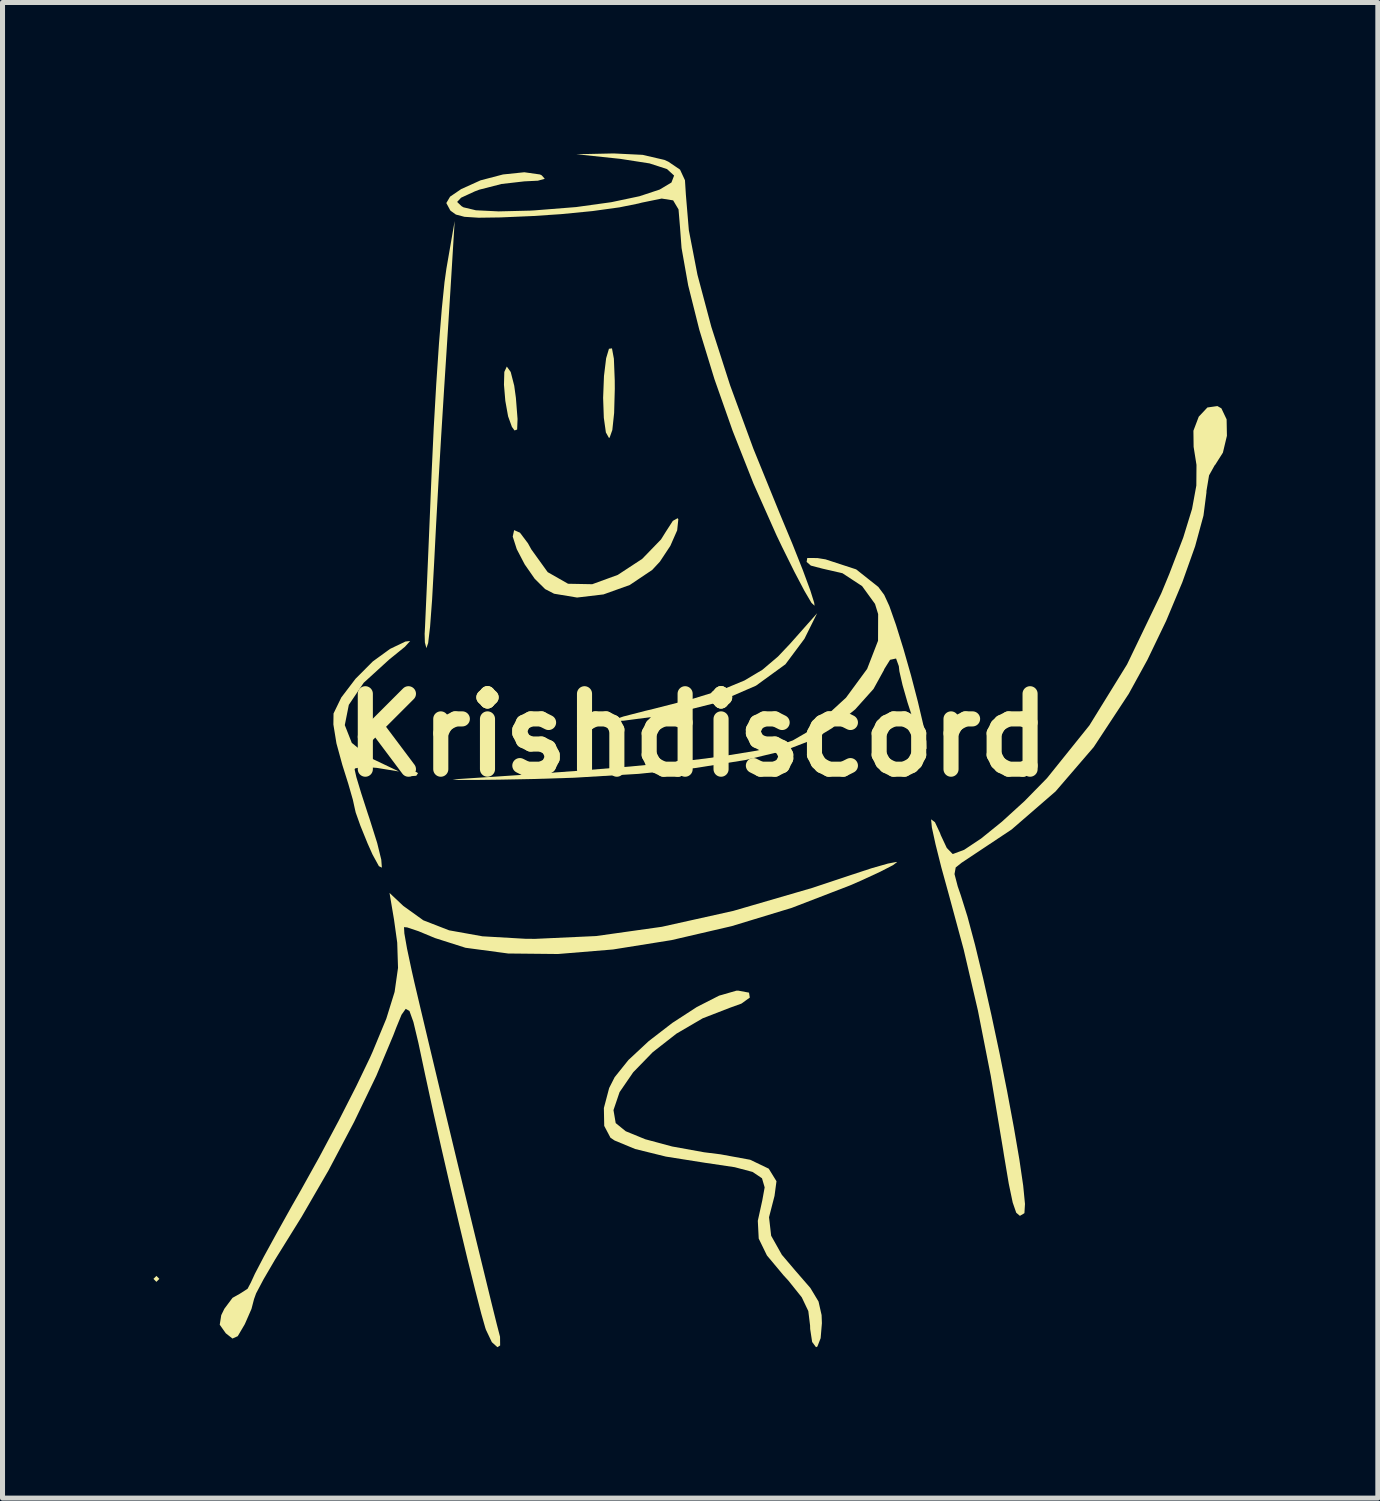
<source format=kicad_pcb>
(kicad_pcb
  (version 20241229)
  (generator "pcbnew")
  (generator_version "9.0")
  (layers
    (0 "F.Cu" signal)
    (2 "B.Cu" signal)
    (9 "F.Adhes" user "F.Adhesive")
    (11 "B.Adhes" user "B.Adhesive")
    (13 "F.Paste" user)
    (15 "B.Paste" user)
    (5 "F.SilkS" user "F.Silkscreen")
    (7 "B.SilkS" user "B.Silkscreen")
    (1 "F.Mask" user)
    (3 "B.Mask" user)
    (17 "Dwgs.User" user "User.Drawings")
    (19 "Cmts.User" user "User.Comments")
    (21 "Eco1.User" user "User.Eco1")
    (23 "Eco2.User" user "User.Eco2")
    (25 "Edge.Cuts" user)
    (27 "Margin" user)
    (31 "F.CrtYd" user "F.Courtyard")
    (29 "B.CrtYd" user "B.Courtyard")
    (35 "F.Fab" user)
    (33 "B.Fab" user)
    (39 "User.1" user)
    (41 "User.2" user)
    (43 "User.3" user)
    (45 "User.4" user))
  (footprint "Krishdiscord"
    (layer "F.Cu")
    (at 10.819 11.562)
    (property "Reference" "Krishdiscord" (at 0 0 0) (layer "F.SilkS") (effects (font (size 1.5 1.5) (thickness 0.3))))
    (attr board_only exclude_from_pos_files exclude_from_bom)
    (fp_poly (pts (xy -10.701 10.81) (xy -10.76 10.869) (xy -10.819 10.81) (xy -10.76 10.751)) (stroke (width 0) (type solid)) (fill yes) (layer "F.SilkS"))
    (fp_poly (pts (xy -5.559 0.756) (xy -5.594 0.809) (xy -5.713 0.818) (xy -5.839 0.789) (xy -5.784 0.746) (xy -5.6 0.732)) (stroke (width 0) (type solid)) (fill yes) (layer "F.SilkS"))
    (fp_poly (pts (xy -3.717 -7.218) (xy -3.647 -6.945) (xy -3.614 -6.704) (xy -3.581 -6.283) (xy -3.589 -6.074) (xy -3.641 -6.055) (xy -3.693 -6.126) (xy -3.769 -6.336) (xy -3.824 -6.643) (xy -3.851 -6.964) (xy -3.844 -7.219) (xy -3.795 -7.325) (xy -3.794 -7.325)) (stroke (width 0) (type solid)) (fill yes) (layer "F.SilkS"))
    (fp_poly (pts (xy -1.666 -7.481) (xy -1.649 -7.052) (xy -1.648 -6.882) (xy -1.661 -6.402) (xy -1.697 -6.064) (xy -1.751 -5.912) (xy -1.764 -5.907) (xy -1.825 -6.016) (xy -1.866 -6.307) (xy -1.88 -6.704) (xy -1.863 -7.138) (xy -1.82 -7.491) (xy -1.764 -7.679) (xy -1.704 -7.687)) (stroke (width 0) (type solid)) (fill yes) (layer "F.SilkS"))
    (fp_poly (pts (xy 2.122 -1.914) (xy 1.744 -1.407) (xy 1.159 -0.982) (xy 0.384 -0.646) (xy -0.564 -0.406) (xy -1.47 -0.286) (xy -1.674 -0.277) (xy -1.677 -0.304) (xy -1.471 -0.371) (xy -1.045 -0.481) (xy -0.882 -0.52) (xy -0.108 -0.718) (xy 0.48 -0.899) (xy 0.929 -1.085) (xy 1.286 -1.298) (xy 1.596 -1.561) (xy 1.837 -1.816) (xy 2.374 -2.422)) (stroke (width 0) (type solid)) (fill yes) (layer "F.SilkS"))
    (fp_poly (pts (xy -0.385 -4.291) (xy -0.408 -4.07) (xy -0.544 -3.761) (xy -0.751 -3.448) (xy -0.904 -3.283) (xy -1.351 -2.983) (xy -1.873 -2.796) (xy -2.398 -2.734) (xy -2.855 -2.81) (xy -3.033 -2.902) (xy -3.239 -3.106) (xy -3.439 -3.393) (xy -3.597 -3.696) (xy -3.677 -3.946) (xy -3.649 -4.074) (xy -3.533 -4.023) (xy -3.374 -3.812) (xy -3.308 -3.692) (xy -2.982 -3.239) (xy -2.577 -3.008) (xy -2.097 -2.999) (xy -2.096 -2.999) (xy -1.589 -3.184) (xy -1.104 -3.502) (xy -0.729 -3.889) (xy -0.631 -4.046) (xy -0.494 -4.258) (xy -0.399 -4.311)) (stroke (width 0) (type solid)) (fill yes) (layer "F.SilkS"))
    (fp_poly (pts (xy -4.885 -9.333) (xy -4.913 -8.877) (xy -4.952 -8.26) (xy -4.997 -7.559) (xy -5.043 -6.848) (xy -5.05 -6.734) (xy -5.1 -5.931) (xy -5.153 -5.031) (xy -5.202 -4.146) (xy -5.239 -3.426) (xy -5.28 -2.686) (xy -5.32 -2.151) (xy -5.358 -1.829) (xy -5.393 -1.728) (xy -5.423 -1.841) (xy -5.428 -2.021) (xy -5.427 -2.025) (xy -5.42 -2.159) (xy -5.405 -2.497) (xy -5.382 -3.007) (xy -5.354 -3.659) (xy -5.322 -4.419) (xy -5.289 -5.215) (xy -5.247 -6.109) (xy -5.197 -6.98) (xy -5.143 -7.782) (xy -5.087 -8.471) (xy -5.033 -9.002) (xy -4.995 -9.274) (xy -4.831 -10.219)) (stroke (width 0) (type solid)) (fill yes) (layer "F.SilkS"))
    (fp_poly (pts (xy -5.82 -1.755) (xy -6.121 -1.511) (xy -6.129 -1.505) (xy -6.639 -1.04) (xy -6.935 -0.601) (xy -7.015 -0.198) (xy -6.876 0.155) (xy -6.518 0.445) (xy -6.434 0.488) (xy -5.938 0.724) (xy -6.379 0.652) (xy -6.661 0.63) (xy -6.812 0.664) (xy -6.82 0.683) (xy -6.785 0.837) (xy -6.69 1.152) (xy -6.556 1.566) (xy -6.525 1.658) (xy -6.371 2.146) (xy -6.29 2.476) (xy -6.278 2.635) (xy -6.337 2.606) (xy -6.464 2.374) (xy -6.562 2.154) (xy -6.705 1.802) (xy -6.799 1.537) (xy -6.82 1.445) (xy -6.855 1.285) (xy -6.945 0.971) (xy -7.064 0.593) (xy -7.181 0.165) (xy -7.242 -0.211) (xy -7.239 -0.429) (xy -7.085 -0.747) (xy -6.802 -1.119) (xy -6.457 -1.465) (xy -6.118 -1.711) (xy -6.103 -1.719) (xy -5.811 -1.859) (xy -5.716 -1.87)) (stroke (width 0) (type solid)) (fill yes) (layer "F.SilkS"))
    (fp_poly (pts (xy 2.379 -3.519) (xy 2.541 -3.493) (xy 3.15 -3.294) (xy 3.59 -2.945) (xy 3.707 -2.788) (xy 3.809 -2.567) (xy 3.942 -2.189) (xy 4.091 -1.71) (xy 4.241 -1.184) (xy 4.376 -0.666) (xy 4.483 -0.212) (xy 4.545 0.123) (xy 4.549 0.279) (xy 4.499 0.239) (xy 4.406 0.032) (xy 4.29 -0.283) (xy 4.172 -0.645) (xy 4.072 -0.994) (xy 4.009 -1.269) (xy 3.998 -1.371) (xy 3.943 -1.522) (xy 3.824 -1.496) (xy 3.709 -1.312) (xy 3.702 -1.292) (xy 3.495 -0.917) (xy 3.132 -0.512) (xy 2.673 -0.139) (xy 2.304 0.085) (xy 1.729 0.307) (xy 0.943 0.497) (xy -0.032 0.653) (xy -1.174 0.771) (xy -2.461 0.848) (xy -3.293 0.874) (xy -3.923 0.886) (xy -4.41 0.892) (xy -4.734 0.892) (xy -4.871 0.887) (xy -4.798 0.877) (xy -4.763 0.874) (xy -3.42 0.786) (xy -2.286 0.703) (xy -1.331 0.624) (xy -0.529 0.546) (xy 0.148 0.467) (xy 0.588 0.405) (xy 1.172 0.31) (xy 1.586 0.217) (xy 1.891 0.106) (xy 2.152 -0.045) (xy 2.333 -0.179) (xy 2.948 -0.743) (xy 3.368 -1.315) (xy 3.585 -1.875) (xy 3.587 -2.405) (xy 3.525 -2.607) (xy 3.268 -2.961) (xy 2.878 -3.217) (xy 2.482 -3.308) (xy 2.249 -3.369) (xy 2.165 -3.442) (xy 2.178 -3.52)) (stroke (width 0) (type solid)) (fill yes) (layer "F.SilkS"))
    (fp_poly (pts (xy 1.02 5.12) (xy 1.036 5.218) (xy 0.869 5.338) (xy 0.639 5.421) (xy 0.1 5.63) (xy -0.422 5.935) (xy -0.894 6.304) (xy -1.282 6.703) (xy -1.553 7.098) (xy -1.674 7.455) (xy -1.63 7.713) (xy -1.431 7.875) (xy -1.043 8.034) (xy -0.508 8.178) (xy 0.127 8.293) (xy 0.454 8.334) (xy 1.043 8.442) (xy 1.412 8.619) (xy 1.566 8.869) (xy 1.527 9.161) (xy 1.418 9.584) (xy 1.46 9.952) (xy 1.673 10.331) (xy 1.94 10.645) (xy 2.24 10.991) (xy 2.402 11.26) (xy 2.463 11.53) (xy 2.469 11.691) (xy 2.444 11.989) (xy 2.379 12.155) (xy 2.352 12.168) (xy 2.275 12.064) (xy 2.236 11.807) (xy 2.234 11.738) (xy 2.199 11.45) (xy 2.069 11.177) (xy 1.804 10.846) (xy 1.705 10.738) (xy 1.376 10.344) (xy 1.213 10.009) (xy 1.195 9.655) (xy 1.284 9.25) (xy 1.331 8.991) (xy 1.278 8.81) (xy 1.091 8.684) (xy 0.736 8.59) (xy 0.18 8.507) (xy 0.163 8.505) (xy -0.632 8.379) (xy -1.244 8.228) (xy -1.652 8.059) (xy -1.734 8.004) (xy -1.858 7.769) (xy -1.865 7.414) (xy -1.76 7.016) (xy -1.651 6.801) (xy -1.376 6.458) (xy -0.974 6.084) (xy -0.503 5.721) (xy -0.018 5.406) (xy 0.425 5.18) (xy 0.769 5.081) (xy 0.804 5.08)) (stroke (width 0) (type solid)) (fill yes) (layer "F.SilkS"))
    (fp_poly (pts (xy 10.41 -6.495) (xy 10.514 -6.276) (xy 10.52 -5.949) (xy 10.44 -5.614) (xy 10.286 -5.371) (xy 10.276 -5.362) (xy 10.165 -5.162) (xy 10.113 -4.851) (xy 10.113 -4.822) (xy 10.054 -4.363) (xy 9.888 -3.753) (xy 9.634 -3.039) (xy 9.312 -2.27) (xy 8.939 -1.495) (xy 8.569 -0.821) (xy 7.872 0.239) (xy 7.114 1.12) (xy 6.24 1.877) (xy 5.243 2.54) (xy 5.129 2.631) (xy 5.105 2.763) (xy 5.169 3.008) (xy 5.231 3.188) (xy 5.363 3.609) (xy 5.513 4.17) (xy 5.674 4.835) (xy 5.839 5.567) (xy 6.001 6.329) (xy 6.152 7.086) (xy 6.285 7.8) (xy 6.394 8.435) (xy 6.47 8.954) (xy 6.506 9.321) (xy 6.495 9.5) (xy 6.49 9.507) (xy 6.405 9.557) (xy 6.332 9.495) (xy 6.262 9.293) (xy 6.184 8.921) (xy 6.088 8.349) (xy 6.071 8.24) (xy 5.826 6.776) (xy 5.57 5.475) (xy 5.287 4.261) (xy 4.994 3.178) (xy 4.843 2.63) (xy 4.727 2.168) (xy 4.655 1.837) (xy 4.64 1.681) (xy 4.642 1.676) (xy 4.716 1.732) (xy 4.817 1.947) (xy 4.832 1.989) (xy 4.951 2.243) (xy 5.066 2.362) (xy 5.076 2.363) (xy 5.296 2.281) (xy 5.633 2.057) (xy 6.046 1.723) (xy 6.495 1.314) (xy 6.938 0.862) (xy 6.951 0.847) (xy 7.786 -0.192) (xy 8.535 -1.405) (xy 9.215 -2.818) (xy 9.374 -3.202) (xy 9.652 -3.927) (xy 9.827 -4.496) (xy 9.912 -4.96) (xy 9.915 -5.371) (xy 9.858 -5.73) (xy 9.854 -6.05) (xy 9.96 -6.329) (xy 10.132 -6.512) (xy 10.331 -6.54)) (stroke (width 0) (type solid)) (fill yes) (layer "F.SilkS"))
    (fp_poly (pts (xy -1.096 -11.534) (xy -0.66 -11.433) (xy -0.582 -11.397) (xy -0.351 -11.24) (xy -0.253 -11.029) (xy -0.235 -10.743) (xy -0.176 -10.036) (xy -0.005 -9.151) (xy 0.271 -8.115) (xy 0.644 -6.954) (xy 1.107 -5.692) (xy 1.638 -4.387) (xy 1.884 -3.797) (xy 2.089 -3.281) (xy 2.238 -2.878) (xy 2.316 -2.629) (xy 2.323 -2.571) (xy 2.262 -2.628) (xy 2.122 -2.866) (xy 1.92 -3.25) (xy 1.675 -3.745) (xy 1.566 -3.973) (xy 1.111 -4.995) (xy 0.696 -6.044) (xy 0.332 -7.078) (xy 0.032 -8.057) (xy -0.189 -8.939) (xy -0.321 -9.683) (xy -0.352 -10.101) (xy -0.381 -10.449) (xy -0.488 -10.629) (xy -0.716 -10.665) (xy -1.111 -10.584) (xy -1.18 -10.566) (xy -1.557 -10.49) (xy -2.094 -10.416) (xy -2.717 -10.355) (xy -3.294 -10.317) (xy -3.921 -10.29) (xy -4.354 -10.284) (xy -4.636 -10.302) (xy -4.807 -10.347) (xy -4.91 -10.421) (xy -4.921 -10.434) (xy -4.997 -10.576) (xy -4.922 -10.703) (xy -4.702 -10.853) (xy -4.317 -11.027) (xy -3.87 -11.144) (xy -3.447 -11.188) (xy -3.136 -11.144) (xy -3.101 -11.127) (xy -3.04 -11.058) (xy -3.177 -11.02) (xy -3.445 -11.007) (xy -3.898 -10.955) (xy -4.343 -10.841) (xy -4.432 -10.807) (xy -4.703 -10.682) (xy -4.782 -10.598) (xy -4.696 -10.515) (xy -4.656 -10.491) (xy -4.409 -10.432) (xy -3.958 -10.41) (xy -3.333 -10.425) (xy -3.245 -10.43) (xy -2.416 -10.496) (xy -1.716 -10.593) (xy -1.158 -10.711) (xy -0.756 -10.844) (xy -0.522 -10.984) (xy -0.469 -11.122) (xy -0.61 -11.251) (xy -0.958 -11.364) (xy -1.525 -11.452) (xy -1.546 -11.455) (xy -2.411 -11.546) (xy -1.67 -11.562)) (stroke (width 0) (type solid)) (fill yes) (layer "F.SilkS"))
    (fp_poly (pts (xy 3.963 2.525) (xy 3.882 2.586) (xy 3.63 2.716) (xy 3.252 2.891) (xy 3.032 2.987) (xy 1.872 3.434) (xy 0.676 3.798) (xy -0.521 4.076) (xy -1.684 4.262) (xy -2.778 4.352) (xy -3.767 4.342) (xy -4.616 4.228) (xy -5.222 4.035) (xy -5.549 3.899) (xy -5.776 3.823) (xy -5.838 3.818) (xy -5.831 3.943) (xy -5.778 4.244) (xy -5.688 4.668) (xy -5.633 4.912) (xy -5.506 5.45) (xy -5.349 6.111) (xy -5.17 6.861) (xy -4.977 7.666) (xy -4.779 8.491) (xy -4.583 9.301) (xy -4.398 10.063) (xy -4.232 10.742) (xy -4.095 11.304) (xy -3.993 11.714) (xy -3.935 11.938) (xy -3.929 11.962) (xy -3.927 12.133) (xy -3.981 12.168) (xy -4.092 12.068) (xy -4.209 11.822) (xy -4.222 11.784) (xy -4.303 11.499) (xy -4.424 11.028) (xy -4.576 10.418) (xy -4.745 9.712) (xy -4.923 8.957) (xy -5.098 8.197) (xy -5.26 7.479) (xy -5.397 6.847) (xy -5.419 6.746) (xy -5.552 6.119) (xy -5.651 5.704) (xy -5.73 5.484) (xy -5.804 5.442) (xy -5.887 5.559) (xy -5.993 5.817) (xy -6.05 5.966) (xy -6.388 6.772) (xy -6.831 7.692) (xy -7.338 8.652) (xy -7.873 9.576) (xy -8.117 9.969) (xy -8.401 10.426) (xy -8.63 10.818) (xy -8.778 11.098) (xy -8.819 11.211) (xy -8.87 11.407) (xy -8.994 11.691) (xy -9.006 11.716) (xy -9.143 11.949) (xy -9.248 11.996) (xy -9.381 11.891) (xy -9.501 11.721) (xy -9.471 11.531) (xy -9.409 11.404) (xy -9.247 11.187) (xy -9.101 11.105) (xy -8.948 11.007) (xy -8.883 10.884) (xy -8.802 10.708) (xy -8.625 10.369) (xy -8.373 9.909) (xy -8.071 9.367) (xy -7.895 9.059) (xy -7.521 8.387) (xy -7.139 7.67) (xy -6.79 6.985) (xy -6.513 6.409) (xy -6.463 6.297) (xy -6.19 5.638) (xy -6.025 5.106) (xy -5.957 4.627) (xy -5.973 4.125) (xy -6.037 3.666) (xy -6.126 3.138) (xy -5.852 3.396) (xy -5.454 3.682) (xy -4.942 3.881) (xy -4.279 4) (xy -3.432 4.049) (xy -3.234 4.051) (xy -2.018 3.995) (xy -0.713 3.811) (xy 0.707 3.495) (xy 2.271 3.04) (xy 3.048 2.781) (xy 3.463 2.645) (xy 3.783 2.554) (xy 3.951 2.522)) (stroke (width 0) (type solid)) (fill yes) (layer "F.SilkS")))
  (gr_rect
    (start -3 -3)
    (end 24.339 26.73)
    (stroke (width 0.1) (type default))
    (fill no)
    (layer "Edge.Cuts")))
</source>
